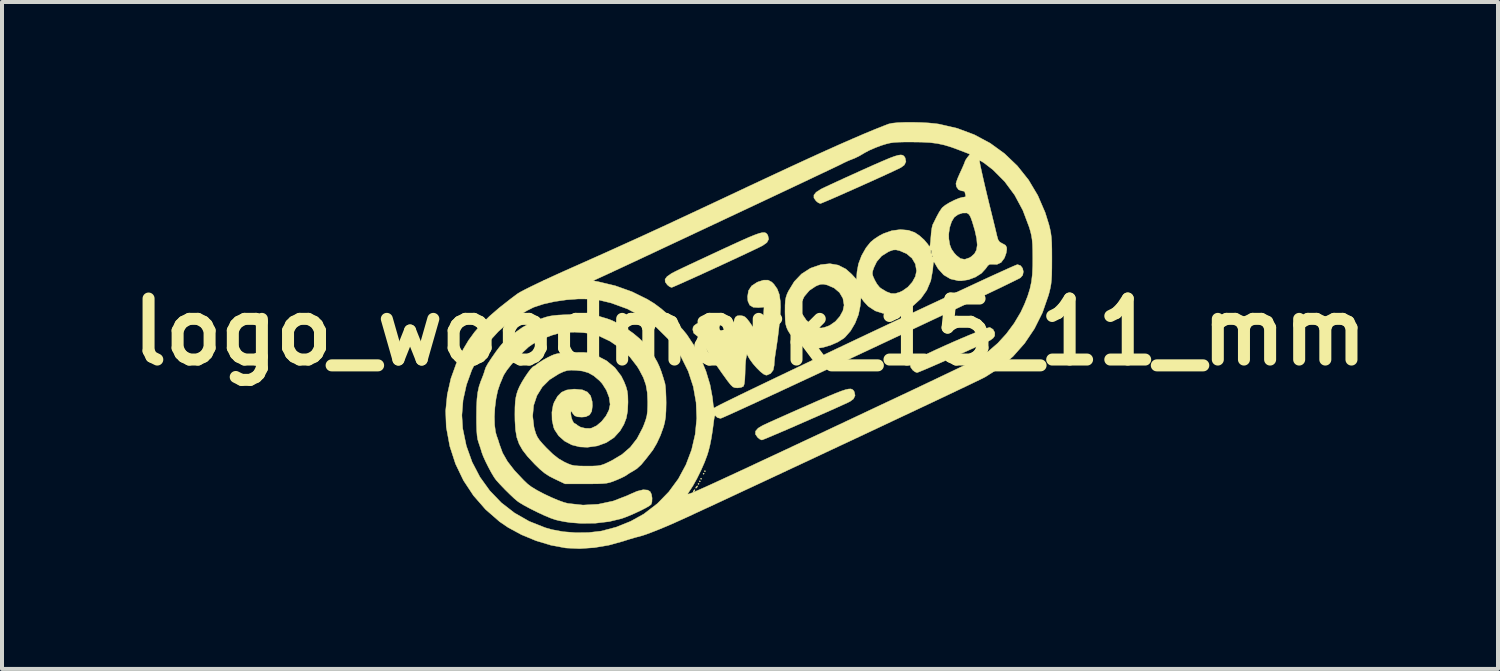
<source format=kicad_pcb>
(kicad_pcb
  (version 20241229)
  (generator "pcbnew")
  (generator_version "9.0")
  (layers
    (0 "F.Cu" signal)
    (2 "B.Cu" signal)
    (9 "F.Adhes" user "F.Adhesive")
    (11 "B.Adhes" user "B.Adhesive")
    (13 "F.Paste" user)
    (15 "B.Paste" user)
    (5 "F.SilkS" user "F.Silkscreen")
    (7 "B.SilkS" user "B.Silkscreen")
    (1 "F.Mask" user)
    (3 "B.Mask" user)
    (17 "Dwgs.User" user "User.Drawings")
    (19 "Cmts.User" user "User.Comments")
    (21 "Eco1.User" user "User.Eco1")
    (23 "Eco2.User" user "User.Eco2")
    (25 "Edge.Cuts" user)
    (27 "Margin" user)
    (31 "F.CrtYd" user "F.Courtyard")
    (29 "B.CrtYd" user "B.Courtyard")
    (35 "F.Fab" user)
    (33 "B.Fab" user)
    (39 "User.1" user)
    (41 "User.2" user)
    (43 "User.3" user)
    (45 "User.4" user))
  (footprint "logo_woodmark_15_11_mm"
    (layer "F.Cu")
    (at 15.683 5.241)
    (property "Reference" "logo_woodmark_15_11_mm" (at 0 0 0) (layer "F.SilkS") (effects (font (size 1.524 1.524) (thickness 0.3))))
    (attr through_hole)
    (fp_poly (pts (xy -1.27 3.794) (xy -1.286 3.81) (xy -1.302 3.794) (xy -1.286 3.778) (xy -1.27 3.794)) (stroke (width 0.01) (type solid)) (fill yes) (layer "F.SilkS"))
    (fp_poly (pts (xy -1.238 3.731) (xy -1.254 3.747) (xy -1.27 3.731) (xy -1.254 3.715) (xy -1.238 3.731)) (stroke (width 0.01) (type solid)) (fill yes) (layer "F.SilkS"))
    (fp_poly (pts (xy -1.206 3.667) (xy -1.222 3.683) (xy -1.238 3.667) (xy -1.222 3.651) (xy -1.206 3.667)) (stroke (width 0.01) (type solid)) (fill yes) (layer "F.SilkS"))
    (fp_poly (pts (xy -1.143 3.54) (xy -1.159 3.556) (xy -1.175 3.54) (xy -1.159 3.524) (xy -1.143 3.54)) (stroke (width 0.01) (type solid)) (fill yes) (layer "F.SilkS"))
    (fp_poly (pts (xy -1.111 3.477) (xy -1.127 3.493) (xy -1.143 3.477) (xy -1.127 3.461) (xy -1.111 3.477)) (stroke (width 0.01) (type solid)) (fill yes) (layer "F.SilkS"))
    (fp_poly (pts (xy -1.375 3.958) (xy -1.381 3.969) (xy -1.411 3.999) (xy -1.417 4) (xy -1.419 3.98) (xy -1.413 3.969) (xy -1.383 3.938) (xy -1.377 3.937) (xy -1.375 3.958)) (stroke (width 0.01) (type solid)) (fill yes) (layer "F.SilkS"))
    (fp_poly (pts (xy -1.312 3.862) (xy -1.318 3.873) (xy -1.348 3.904) (xy -1.353 3.905) (xy -1.355 3.885) (xy -1.349 3.873) (xy -1.319 3.843) (xy -1.314 3.842) (xy -1.312 3.862)) (stroke (width 0.01) (type solid)) (fill yes) (layer "F.SilkS"))
    (fp_poly (pts (xy 6.07 -0.064) (xy 6.113 0.017) (xy 6.111 0.097) (xy 6.071 0.154) (xy 5.999 0.207) (xy 5.991 0.211) (xy 5.913 0.25) (xy 5.793 0.306) (xy 5.639 0.376) (xy 5.461 0.457) (xy 5.267 0.544) (xy 5.065 0.633) (xy 4.864 0.722) (xy 4.674 0.805) (xy 4.501 0.88) (xy 4.357 0.942) (xy 4.248 0.987) (xy 4.183 1.012) (xy 4.17 1.016) (xy 4.118 0.995) (xy 4.064 0.953) (xy 4.009 0.875) (xy 4.012 0.8) (xy 4.04 0.752) (xy 4.082 0.722) (xy 4.173 0.671) (xy 4.305 0.605) (xy 4.469 0.526) (xy 4.657 0.438) (xy 4.86 0.346) (xy 5.069 0.253) (xy 5.276 0.163) (xy 5.473 0.08) (xy 5.65 0.007) (xy 5.799 -0.052) (xy 5.911 -0.093) (xy 5.979 -0.112) (xy 5.992 -0.112) (xy 6.07 -0.064)) (stroke (width 0.01) (type solid)) (fill yes) (layer "F.SilkS"))
    (fp_poly (pts (xy 2.556 1.436) (xy 2.584 1.461) (xy 2.605 1.496) (xy 2.624 1.588) (xy 2.583 1.673) (xy 2.498 1.736) (xy 2.429 1.77) (xy 2.315 1.822) (xy 2.163 1.891) (xy 1.982 1.972) (xy 1.78 2.061) (xy 1.564 2.156) (xy 1.343 2.253) (xy 1.124 2.349) (xy 0.915 2.44) (xy 0.723 2.522) (xy 0.558 2.592) (xy 0.426 2.648) (xy 0.336 2.684) (xy 0.296 2.699) (xy 0.295 2.699) (xy 0.244 2.678) (xy 0.191 2.635) (xy 0.135 2.554) (xy 0.138 2.477) (xy 0.203 2.403) (xy 0.314 2.337) (xy 0.378 2.307) (xy 0.492 2.254) (xy 0.648 2.184) (xy 0.838 2.099) (xy 1.054 2.003) (xy 1.288 1.899) (xy 1.451 1.828) (xy 1.73 1.705) (xy 1.957 1.607) (xy 2.138 1.532) (xy 2.279 1.477) (xy 2.385 1.442) (xy 2.463 1.425) (xy 2.518 1.423) (xy 2.556 1.436)) (stroke (width 0.01) (type solid)) (fill yes) (layer "F.SilkS"))
    (fp_poly (pts (xy 3.811 -4.415) (xy 3.844 -4.393) (xy 3.869 -4.358) (xy 3.875 -4.346) (xy 3.894 -4.254) (xy 3.853 -4.169) (xy 3.768 -4.106) (xy 3.692 -4.069) (xy 3.574 -4.013) (xy 3.42 -3.942) (xy 3.239 -3.859) (xy 3.04 -3.769) (xy 2.831 -3.675) (xy 2.619 -3.58) (xy 2.413 -3.489) (xy 2.222 -3.404) (xy 2.053 -3.33) (xy 1.914 -3.271) (xy 1.814 -3.229) (xy 1.761 -3.208) (xy 1.755 -3.207) (xy 1.704 -3.228) (xy 1.651 -3.27) (xy 1.596 -3.348) (xy 1.596 -3.42) (xy 1.653 -3.491) (xy 1.771 -3.566) (xy 1.806 -3.584) (xy 1.881 -3.62) (xy 2.005 -3.678) (xy 2.168 -3.753) (xy 2.361 -3.842) (xy 2.576 -3.939) (xy 2.803 -4.042) (xy 2.847 -4.062) (xy 3.108 -4.179) (xy 3.317 -4.27) (xy 3.481 -4.339) (xy 3.606 -4.386) (xy 3.699 -4.413) (xy 3.765 -4.422) (xy 3.811 -4.415)) (stroke (width 0.01) (type solid)) (fill yes) (layer "F.SilkS"))
    (fp_poly (pts (xy 0.398 -2.47) (xy 0.425 -2.444) (xy 0.446 -2.41) (xy 0.466 -2.318) (xy 0.423 -2.235) (xy 0.316 -2.158) (xy 0.307 -2.154) (xy 0.216 -2.108) (xy 0.083 -2.044) (xy -0.084 -1.965) (xy -0.276 -1.875) (xy -0.487 -1.777) (xy -0.709 -1.674) (xy -0.934 -1.57) (xy -1.154 -1.469) (xy -1.363 -1.374) (xy -1.552 -1.289) (xy -1.714 -1.216) (xy -1.841 -1.16) (xy -1.925 -1.124) (xy -1.96 -1.111) (xy -2.01 -1.132) (xy -2.064 -1.175) (xy -2.118 -1.249) (xy -2.122 -1.317) (xy -2.071 -1.385) (xy -1.964 -1.459) (xy -1.877 -1.505) (xy -1.797 -1.544) (xy -1.668 -1.606) (xy -1.499 -1.686) (xy -1.298 -1.78) (xy -1.074 -1.884) (xy -0.836 -1.995) (xy -0.693 -2.062) (xy -0.417 -2.189) (xy -0.193 -2.291) (xy -0.014 -2.37) (xy 0.124 -2.426) (xy 0.229 -2.463) (xy 0.305 -2.481) (xy 0.36 -2.483) (xy 0.398 -2.47)) (stroke (width 0.01) (type solid)) (fill yes) (layer "F.SilkS"))
    (fp_poly (pts (xy 0.451 -1.294) (xy 0.543 -1.246) (xy 0.598 -1.191) (xy 0.68 -1.074) (xy 0.732 -0.935) (xy 0.757 -0.761) (xy 0.762 -0.619) (xy 0.756 -0.474) (xy 0.741 -0.284) (xy 0.718 -0.063) (xy 0.689 0.172) (xy 0.655 0.405) (xy 0.636 0.524) (xy 0.618 0.651) (xy 0.606 0.772) (xy 0.603 0.833) (xy 0.58 0.951) (xy 0.516 1.037) (xy 0.424 1.078) (xy 0.4 1.079) (xy 0.342 1.055) (xy 0.261 0.992) (xy 0.169 0.901) (xy 0.077 0.796) (xy -0.001 0.689) (xy -0.034 0.635) (xy -0.077 0.556) (xy -0.098 0.651) (xy -0.108 0.726) (xy -0.117 0.843) (xy -0.122 0.982) (xy -0.123 1.033) (xy -0.13 1.186) (xy -0.143 1.297) (xy -0.163 1.356) (xy -0.165 1.359) (xy -0.221 1.385) (xy -0.306 1.397) (xy -0.318 1.397) (xy -0.378 1.392) (xy -0.428 1.372) (xy -0.479 1.324) (xy -0.547 1.24) (xy -0.587 1.186) (xy -0.71 1.015) (xy -0.829 0.844) (xy -0.936 0.684) (xy -1.022 0.549) (xy -1.075 0.459) (xy -1.127 0.36) (xy -1.183 0.255) (xy -1.185 0.25) (xy -1.249 0.162) (xy -1.328 0.093) (xy -1.336 0.088) (xy -1.406 0.03) (xy -1.428 -0.048) (xy -1.429 -0.062) (xy -1.423 -0.113) (xy -1.4 -0.154) (xy -1.346 -0.195) (xy -1.25 -0.248) (xy -1.207 -0.269) (xy -1.029 -0.347) (xy -0.892 -0.378) (xy -0.797 -0.364) (xy -0.768 -0.343) (xy -0.735 -0.272) (xy -0.738 -0.188) (xy -0.765 -0.137) (xy -0.772 -0.101) (xy -0.747 -0.034) (xy -0.686 0.072) (xy -0.649 0.13) (xy -0.577 0.236) (xy -0.527 0.298) (xy -0.492 0.311) (xy -0.468 0.273) (xy -0.451 0.179) (xy -0.435 0.027) (xy -0.43 -0.031) (xy -0.414 -0.195) (xy -0.393 -0.304) (xy -0.364 -0.37) (xy -0.321 -0.401) (xy -0.258 -0.408) (xy -0.229 -0.407) (xy -0.174 -0.398) (xy -0.128 -0.377) (xy -0.081 -0.333) (xy -0.021 -0.257) (xy 0.061 -0.139) (xy 0.077 -0.116) (xy 0.16 0.006) (xy 0.22 0.083) (xy 0.261 0.112) (xy 0.288 0.089) (xy 0.306 0.012) (xy 0.318 -0.122) (xy 0.329 -0.286) (xy 0.35 -0.62) (xy 0.21 -0.608) (xy 0.079 -0.617) (xy -0.007 -0.669) (xy -0.053 -0.769) (xy -0.062 -0.881) (xy -0.037 -1.033) (xy 0.04 -1.15) (xy 0.171 -1.237) (xy 0.202 -1.251) (xy 0.342 -1.295) (xy 0.451 -1.294)) (stroke (width 0.01) (type solid)) (fill yes) (layer "F.SilkS"))
    (fp_poly (pts (xy -4.029 -0.438) (xy -3.902 -0.428) (xy -3.834 -0.413) (xy -3.737 -0.381) (xy -3.62 -0.346) (xy -3.585 -0.337) (xy -3.44 -0.283) (xy -3.267 -0.195) (xy -3.086 -0.085) (xy -2.914 0.037) (xy -2.769 0.158) (xy -2.731 0.194) (xy -2.632 0.296) (xy -2.564 0.37) (xy -2.511 0.435) (xy -2.462 0.509) (xy -2.4 0.609) (xy -2.374 0.651) (xy -2.316 0.753) (xy -2.267 0.858) (xy -2.22 0.98) (xy -2.169 1.136) (xy -2.124 1.288) (xy -2.113 1.358) (xy -2.104 1.475) (xy -2.098 1.622) (xy -2.095 1.772) (xy -2.099 1.97) (xy -2.109 2.124) (xy -2.13 2.254) (xy -2.161 2.373) (xy -2.237 2.584) (xy -2.329 2.782) (xy -2.426 2.947) (xy -2.458 2.989) (xy -2.526 3.077) (xy -2.595 3.166) (xy -2.717 3.314) (xy -2.828 3.416) (xy -2.925 3.477) (xy -3.009 3.525) (xy -3.074 3.568) (xy -3.08 3.573) (xy -3.132 3.605) (xy -3.224 3.65) (xy -3.337 3.699) (xy -3.35 3.704) (xy -3.435 3.738) (xy -3.51 3.762) (xy -3.586 3.778) (xy -3.677 3.787) (xy -3.797 3.792) (xy -3.958 3.794) (xy -4.096 3.794) (xy -4.62 3.794) (xy -4.877 3.672) (xy -5.016 3.601) (xy -5.133 3.524) (xy -5.25 3.426) (xy -5.386 3.294) (xy -5.388 3.291) (xy -5.555 3.112) (xy -5.679 2.952) (xy -5.767 2.798) (xy -5.825 2.633) (xy -5.857 2.444) (xy -5.871 2.216) (xy -5.873 2.064) (xy -5.871 1.881) (xy -5.863 1.743) (xy -5.848 1.634) (xy -5.824 1.535) (xy -5.799 1.46) (xy -5.758 1.364) (xy -5.696 1.25) (xy -5.623 1.131) (xy -5.547 1.019) (xy -5.478 0.928) (xy -5.423 0.87) (xy -5.398 0.857) (xy -5.362 0.838) (xy -5.316 0.8) (xy -5.257 0.757) (xy -5.162 0.698) (xy -5.051 0.637) (xy -5.048 0.636) (xy -4.958 0.591) (xy -4.881 0.56) (xy -4.802 0.54) (xy -4.704 0.528) (xy -4.571 0.52) (xy -4.444 0.515) (xy -4.274 0.511) (xy -4.15 0.511) (xy -4.058 0.519) (xy -3.98 0.535) (xy -3.9 0.562) (xy -3.847 0.583) (xy -3.586 0.718) (xy -3.376 0.891) (xy -3.216 1.102) (xy -3.145 1.245) (xy -3.095 1.372) (xy -3.066 1.479) (xy -3.052 1.592) (xy -3.048 1.74) (xy -3.048 1.762) (xy -3.058 1.977) (xy -3.09 2.152) (xy -3.15 2.308) (xy -3.244 2.468) (xy -3.246 2.471) (xy -3.397 2.638) (xy -3.589 2.764) (xy -3.814 2.846) (xy -4.061 2.88) (xy -4.252 2.871) (xy -4.451 2.821) (xy -4.631 2.726) (xy -4.779 2.595) (xy -4.883 2.438) (xy -4.904 2.385) (xy -4.944 2.201) (xy -4.948 2.006) (xy -4.917 1.826) (xy -4.891 1.755) (xy -4.806 1.605) (xy -4.707 1.506) (xy -4.58 1.45) (xy -4.41 1.429) (xy -4.362 1.429) (xy -4.187 1.446) (xy -4.062 1.5) (xy -3.982 1.595) (xy -3.943 1.736) (xy -3.937 1.843) (xy -3.954 1.982) (xy -4.008 2.072) (xy -4.103 2.118) (xy -4.199 2.127) (xy -4.308 2.12) (xy -4.377 2.094) (xy -4.426 2.038) (xy -4.439 2.016) (xy -4.465 1.976) (xy -4.474 1.991) (xy -4.476 2.038) (xy -4.466 2.121) (xy -4.439 2.205) (xy -4.405 2.267) (xy -4.379 2.286) (xy -4.339 2.306) (xy -4.305 2.336) (xy -4.227 2.38) (xy -4.116 2.406) (xy -4.001 2.409) (xy -3.96 2.402) (xy -3.83 2.341) (xy -3.706 2.235) (xy -3.599 2.1) (xy -3.524 1.953) (xy -3.494 1.812) (xy -3.494 1.809) (xy -3.518 1.636) (xy -3.587 1.456) (xy -3.691 1.292) (xy -3.76 1.216) (xy -3.903 1.095) (xy -4.038 1.019) (xy -4.188 0.976) (xy -4.339 0.959) (xy -4.468 0.954) (xy -4.564 0.963) (xy -4.656 0.991) (xy -4.771 1.044) (xy -5.004 1.19) (xy -5.189 1.374) (xy -5.323 1.591) (xy -5.404 1.834) (xy -5.429 2.098) (xy -5.396 2.375) (xy -5.381 2.436) (xy -5.35 2.538) (xy -5.313 2.621) (xy -5.26 2.701) (xy -5.179 2.796) (xy -5.086 2.895) (xy -4.926 3.051) (xy -4.781 3.165) (xy -4.64 3.247) (xy -4.543 3.292) (xy -4.463 3.322) (xy -4.381 3.339) (xy -4.278 3.347) (xy -4.137 3.35) (xy -4.081 3.35) (xy -3.926 3.349) (xy -3.816 3.344) (xy -3.729 3.33) (xy -3.646 3.303) (xy -3.547 3.258) (xy -3.452 3.211) (xy -3.198 3.06) (xy -2.991 2.881) (xy -2.822 2.664) (xy -2.682 2.398) (xy -2.645 2.308) (xy -2.603 2.192) (xy -2.576 2.09) (xy -2.562 1.981) (xy -2.557 1.843) (xy -2.556 1.746) (xy -2.566 1.518) (xy -2.6 1.323) (xy -2.664 1.14) (xy -2.766 0.946) (xy -2.817 0.862) (xy -3 0.625) (xy -3.232 0.411) (xy -3.498 0.23) (xy -3.786 0.093) (xy -3.826 0.078) (xy -3.975 0.041) (xy -4.165 0.017) (xy -4.372 0.005) (xy -4.575 0.009) (xy -4.75 0.028) (xy -4.773 0.033) (xy -4.93 0.076) (xy -5.106 0.142) (xy -5.279 0.221) (xy -5.43 0.304) (xy -5.532 0.375) (xy -5.683 0.515) (xy -5.83 0.666) (xy -5.963 0.815) (xy -6.072 0.953) (xy -6.146 1.068) (xy -6.167 1.111) (xy -6.201 1.196) (xy -6.243 1.294) (xy -6.246 1.302) (xy -6.302 1.468) (xy -6.344 1.67) (xy -6.372 1.891) (xy -6.384 2.114) (xy -6.379 2.322) (xy -6.356 2.498) (xy -6.331 2.588) (xy -6.293 2.694) (xy -6.262 2.794) (xy -6.257 2.81) (xy -6.181 3.019) (xy -6.058 3.234) (xy -5.883 3.46) (xy -5.655 3.702) (xy -5.553 3.799) (xy -5.458 3.871) (xy -5.319 3.955) (xy -5.152 4.043) (xy -4.973 4.128) (xy -4.799 4.202) (xy -4.644 4.258) (xy -4.548 4.283) (xy -4.171 4.324) (xy -3.791 4.303) (xy -3.417 4.223) (xy -3.057 4.084) (xy -3.015 4.063) (xy -2.822 3.979) (xy -2.669 3.941) (xy -2.555 3.95) (xy -2.495 3.987) (xy -2.462 4.053) (xy -2.446 4.149) (xy -2.45 4.246) (xy -2.469 4.306) (xy -2.513 4.342) (xy -2.602 4.394) (xy -2.723 4.456) (xy -2.862 4.521) (xy -3.005 4.584) (xy -3.139 4.637) (xy -3.214 4.663) (xy -3.517 4.736) (xy -3.857 4.776) (xy -4.213 4.781) (xy -4.477 4.762) (xy -4.622 4.741) (xy -4.775 4.711) (xy -4.86 4.69) (xy -4.977 4.65) (xy -5.131 4.586) (xy -5.303 4.506) (xy -5.478 4.419) (xy -5.637 4.334) (xy -5.762 4.259) (xy -5.808 4.227) (xy -5.891 4.157) (xy -6.001 4.053) (xy -6.126 3.93) (xy -6.25 3.8) (xy -6.342 3.698) (xy -6.394 3.625) (xy -6.462 3.511) (xy -6.535 3.375) (xy -6.605 3.235) (xy -6.663 3.107) (xy -6.699 3.011) (xy -6.702 3) (xy -6.729 2.91) (xy -6.766 2.8) (xy -6.779 2.762) (xy -6.802 2.685) (xy -6.817 2.587) (xy -6.827 2.455) (xy -6.832 2.28) (xy -6.833 2.127) (xy -6.83 1.875) (xy -6.82 1.673) (xy -6.8 1.507) (xy -6.769 1.364) (xy -6.724 1.231) (xy -6.701 1.175) (xy -6.661 1.072) (xy -6.63 0.98) (xy -6.623 0.953) (xy -6.599 0.885) (xy -6.546 0.789) (xy -6.46 0.658) (xy -6.339 0.484) (xy -6.333 0.476) (xy -6.26 0.379) (xy -6.2 0.306) (xy -6.132 0.24) (xy -6.038 0.158) (xy -6.012 0.135) (xy -5.833 -0.009) (xy -5.676 -0.119) (xy -5.518 -0.207) (xy -5.338 -0.285) (xy -5.203 -0.336) (xy -5.105 -0.369) (xy -5.014 -0.393) (xy -4.914 -0.409) (xy -4.792 -0.421) (xy -4.634 -0.429) (xy -4.453 -0.436) (xy -4.211 -0.44) (xy -4.029 -0.438)) (stroke (width 0.01) (type solid)) (fill yes) (layer "F.SilkS"))
    (fp_poly (pts (xy 4.268 -5.231) (xy 4.466 -5.22) (xy 4.644 -5.202) (xy 4.717 -5.192) (xy 5.173 -5.087) (xy 5.601 -4.927) (xy 5.997 -4.715) (xy 6.356 -4.455) (xy 6.677 -4.148) (xy 6.956 -3.798) (xy 7.188 -3.409) (xy 7.372 -2.982) (xy 7.466 -2.681) (xy 7.493 -2.57) (xy 7.513 -2.467) (xy 7.527 -2.36) (xy 7.535 -2.233) (xy 7.539 -2.074) (xy 7.54 -1.869) (xy 7.54 -1.81) (xy 7.539 -1.595) (xy 7.536 -1.431) (xy 7.529 -1.302) (xy 7.518 -1.195) (xy 7.5 -1.096) (xy 7.475 -0.991) (xy 7.454 -0.915) (xy 7.304 -0.482) (xy 7.103 -0.08) (xy 6.857 0.286) (xy 6.568 0.612) (xy 6.24 0.892) (xy 5.878 1.122) (xy 5.82 1.152) (xy 5.739 1.192) (xy 5.604 1.257) (xy 5.421 1.345) (xy 5.194 1.453) (xy 4.927 1.58) (xy 4.625 1.723) (xy 4.292 1.88) (xy 3.933 2.049) (xy 3.552 2.228) (xy 3.154 2.416) (xy 2.743 2.609) (xy 2.323 2.806) (xy 1.9 3.004) (xy 1.477 3.203) (xy 1.059 3.398) (xy 0.651 3.589) (xy 0.256 3.774) (xy -0.12 3.949) (xy -0.473 4.114) (xy -0.799 4.266) (xy -1.093 4.402) (xy -1.35 4.521) (xy -1.567 4.622) (xy -1.739 4.7) (xy -1.861 4.755) (xy -1.882 4.765) (xy -2.083 4.852) (xy -2.278 4.933) (xy -2.456 5.003) (xy -2.603 5.058) (xy -2.708 5.092) (xy -2.724 5.096) (xy -2.868 5.134) (xy -3.034 5.183) (xy -3.171 5.227) (xy -3.524 5.325) (xy -3.892 5.387) (xy -4.255 5.412) (xy -4.592 5.396) (xy -4.604 5.395) (xy -4.971 5.327) (xy -5.346 5.214) (xy -5.708 5.064) (xy -6.041 4.884) (xy -6.255 4.738) (xy -6.605 4.433) (xy -6.907 4.087) (xy -7.158 3.707) (xy -7.356 3.294) (xy -7.499 2.853) (xy -7.585 2.387) (xy -7.588 2.357) (xy -7.598 2.081) (xy -7.197 2.081) (xy -7.176 2.411) (xy -7.086 2.844) (xy -6.941 3.25) (xy -6.745 3.625) (xy -6.501 3.964) (xy -6.213 4.264) (xy -5.883 4.52) (xy -5.516 4.73) (xy -5.115 4.889) (xy -4.952 4.936) (xy -4.667 4.989) (xy -4.351 5.014) (xy -4.031 5.01) (xy -3.735 4.976) (xy -3.71 4.972) (xy -3.34 4.874) (xy -2.98 4.729) (xy -2.651 4.546) (xy -2.645 4.541) (xy -2.314 4.287) (xy -2.029 3.994) (xy -1.79 3.669) (xy -1.6 3.316) (xy -1.459 2.943) (xy -1.369 2.555) (xy -1.331 2.159) (xy -1.347 1.761) (xy -1.417 1.367) (xy -1.543 0.982) (xy -1.726 0.613) (xy -1.78 0.527) (xy -2.039 0.181) (xy -2.341 -0.119) (xy -2.682 -0.372) (xy -3.06 -0.575) (xy -3.469 -0.724) (xy -3.769 -0.796) (xy -4.008 -0.823) (xy -4.286 -0.825) (xy -4.582 -0.803) (xy -4.879 -0.76) (xy -5.156 -0.698) (xy -5.394 -0.62) (xy -5.413 -0.612) (xy -5.57 -0.533) (xy -5.754 -0.421) (xy -5.946 -0.289) (xy -6.131 -0.147) (xy -6.284 -0.014) (xy -6.546 0.273) (xy -6.769 0.597) (xy -6.949 0.95) (xy -7.083 1.322) (xy -7.167 1.702) (xy -7.197 2.081) (xy -7.598 2.081) (xy -7.602 1.97) (xy -7.562 1.567) (xy -7.471 1.163) (xy -7.331 0.774) (xy -7.287 0.676) (xy -7.163 0.432) (xy -7.031 0.211) (xy -6.882 0.006) (xy -6.71 -0.192) (xy -6.508 -0.391) (xy -6.269 -0.598) (xy -5.984 -0.822) (xy -5.805 -0.956) (xy -5.74 -0.995) (xy -5.625 -1.056) (xy -5.467 -1.135) (xy -5.274 -1.228) (xy -5.166 -1.279) (xy -3.921 -1.279) (xy -3.794 -1.256) (xy -3.364 -1.153) (xy -2.949 -1.005) (xy -2.567 -0.817) (xy -2.391 -0.709) (xy -2.222 -0.583) (xy -2.035 -0.421) (xy -1.848 -0.241) (xy -1.679 -0.057) (xy -1.58 0.064) (xy -1.398 0.338) (xy -1.236 0.65) (xy -1.1 0.982) (xy -0.999 1.317) (xy -0.939 1.635) (xy -0.931 1.706) (xy -0.919 1.824) (xy -0.905 1.887) (xy -0.889 1.901) (xy -0.876 1.889) (xy -0.843 1.869) (xy -0.756 1.823) (xy -0.62 1.755) (xy -0.438 1.666) (xy -0.216 1.557) (xy 0.043 1.432) (xy 0.335 1.292) (xy 0.656 1.138) (xy 1.001 0.973) (xy 1.366 0.799) (xy 1.747 0.618) (xy 2.14 0.431) (xy 2.541 0.241) (xy 2.946 0.049) (xy 3.35 -0.141) (xy 3.75 -0.33) (xy 4.141 -0.514) (xy 4.519 -0.691) (xy 4.881 -0.86) (xy 5.221 -1.019) (xy 5.535 -1.165) (xy 5.82 -1.298) (xy 6.072 -1.414) (xy 6.286 -1.511) (xy 6.458 -1.589) (xy 6.584 -1.645) (xy 6.66 -1.676) (xy 6.681 -1.683) (xy 6.758 -1.656) (xy 6.808 -1.59) (xy 6.827 -1.505) (xy 6.811 -1.419) (xy 6.755 -1.354) (xy 6.755 -1.354) (xy 6.703 -1.326) (xy 6.6 -1.275) (xy 6.449 -1.201) (xy 6.254 -1.106) (xy 6.019 -0.994) (xy 5.749 -0.865) (xy 5.448 -0.722) (xy 5.12 -0.566) (xy 4.769 -0.4) (xy 4.398 -0.226) (xy 4.014 -0.045) (xy 3.619 0.141) (xy 3.217 0.33) (xy 2.814 0.519) (xy 2.413 0.707) (xy 2.017 0.892) (xy 1.632 1.072) (xy 1.262 1.244) (xy 0.91 1.408) (xy 0.581 1.561) (xy 0.28 1.7) (xy 0.009 1.825) (xy -0.227 1.933) (xy -0.422 2.022) (xy -0.575 2.091) (xy -0.679 2.137) (xy -0.732 2.158) (xy -0.737 2.159) (xy -0.813 2.14) (xy -0.853 2.105) (xy -0.872 2.085) (xy -0.888 2.114) (xy -0.902 2.199) (xy -0.903 2.208) (xy -0.936 2.46) (xy -0.968 2.662) (xy -1.001 2.828) (xy -1.037 2.972) (xy -1.067 3.07) (xy -1.136 3.255) (xy -1.226 3.46) (xy -1.326 3.663) (xy -1.425 3.84) (xy -1.473 3.915) (xy -1.522 3.989) (xy -1.552 4.038) (xy -1.556 4.047) (xy -1.55 4.051) (xy -1.532 4.048) (xy -1.497 4.037) (xy -1.444 4.016) (xy -1.369 3.985) (xy -1.27 3.942) (xy -1.144 3.886) (xy -0.987 3.815) (xy -0.798 3.728) (xy -0.573 3.624) (xy -0.309 3.502) (xy -0.004 3.36) (xy 0.346 3.196) (xy 0.743 3.011) (xy 1.19 2.801) (xy 1.69 2.567) (xy 2.016 2.414) (xy 2.454 2.208) (xy 2.876 2.009) (xy 3.279 1.819) (xy 3.66 1.64) (xy 4.014 1.473) (xy 4.337 1.32) (xy 4.627 1.182) (xy 4.88 1.061) (xy 5.092 0.96) (xy 5.26 0.879) (xy 5.379 0.821) (xy 5.447 0.787) (xy 5.461 0.779) (xy 5.511 0.746) (xy 5.6 0.694) (xy 5.712 0.634) (xy 5.74 0.619) (xy 5.964 0.475) (xy 6.188 0.281) (xy 6.402 0.047) (xy 6.596 -0.214) (xy 6.761 -0.491) (xy 6.855 -0.692) (xy 6.935 -0.896) (xy 6.991 -1.076) (xy 7.029 -1.25) (xy 7.051 -1.437) (xy 7.061 -1.655) (xy 7.062 -1.841) (xy 7.06 -2.039) (xy 7.055 -2.189) (xy 7.045 -2.307) (xy 7.029 -2.41) (xy 7.004 -2.514) (xy 6.974 -2.615) (xy 6.815 -3.037) (xy 6.61 -3.419) (xy 6.36 -3.757) (xy 6.067 -4.051) (xy 5.848 -4.22) (xy 5.78 -4.263) (xy 5.737 -4.282) (xy 5.732 -4.282) (xy 5.735 -4.248) (xy 5.751 -4.16) (xy 5.78 -4.027) (xy 5.818 -3.856) (xy 5.864 -3.655) (xy 5.917 -3.432) (xy 5.974 -3.196) (xy 6.034 -2.953) (xy 6.034 -2.953) (xy 6.075 -2.786) (xy 6.114 -2.627) (xy 6.146 -2.493) (xy 6.167 -2.404) (xy 6.195 -2.305) (xy 6.234 -2.248) (xy 6.301 -2.209) (xy 6.307 -2.207) (xy 6.381 -2.166) (xy 6.41 -2.112) (xy 6.413 -2.064) (xy 6.399 -1.973) (xy 6.362 -1.867) (xy 6.35 -1.841) (xy 6.271 -1.735) (xy 6.168 -1.687) (xy 6.046 -1.691) (xy 5.988 -1.691) (xy 5.941 -1.658) (xy 5.886 -1.581) (xy 5.78 -1.465) (xy 5.63 -1.37) (xy 5.456 -1.305) (xy 5.276 -1.278) (xy 5.202 -1.28) (xy 5.005 -1.325) (xy 4.837 -1.425) (xy 4.697 -1.58) (xy 4.629 -1.695) (xy 4.605 -1.738) (xy 4.59 -1.749) (xy 4.579 -1.718) (xy 4.571 -1.638) (xy 4.563 -1.544) (xy 4.515 -1.28) (xy 4.414 -1.04) (xy 4.267 -0.832) (xy 4.082 -0.662) (xy 3.863 -0.537) (xy 3.619 -0.464) (xy 3.543 -0.454) (xy 3.33 -0.462) (xy 3.129 -0.526) (xy 2.953 -0.641) (xy 2.844 -0.758) (xy 2.771 -0.857) (xy 2.752 -0.647) (xy 2.709 -0.434) (xy 2.625 -0.22) (xy 2.511 -0.026) (xy 2.375 0.129) (xy 2.338 0.161) (xy 2.195 0.251) (xy 2.017 0.329) (xy 1.834 0.384) (xy 1.716 0.404) (xy 1.505 0.393) (xy 1.307 0.323) (xy 1.132 0.2) (xy 0.987 0.029) (xy 0.942 -0.048) (xy 0.911 -0.119) (xy 0.89 -0.199) (xy 0.879 -0.303) (xy 0.875 -0.448) (xy 0.874 -0.508) (xy 0.875 -0.612) (xy 1.248 -0.612) (xy 1.26 -0.537) (xy 1.295 -0.458) (xy 1.404 -0.296) (xy 1.538 -0.178) (xy 1.686 -0.111) (xy 1.778 -0.098) (xy 1.853 -0.112) (xy 1.953 -0.147) (xy 2 -0.169) (xy 2.133 -0.262) (xy 2.243 -0.388) (xy 2.32 -0.529) (xy 2.349 -0.667) (xy 2.349 -0.672) (xy 2.32 -0.84) (xy 2.235 -0.984) (xy 2.101 -1.098) (xy 1.93 -1.172) (xy 1.839 -1.193) (xy 1.767 -1.191) (xy 1.685 -1.163) (xy 1.637 -1.14) (xy 1.482 -1.036) (xy 1.355 -0.886) (xy 1.27 -0.711) (xy 1.266 -0.699) (xy 1.248 -0.612) (xy 0.875 -0.612) (xy 0.875 -0.666) (xy 0.882 -0.779) (xy 0.898 -0.866) (xy 0.925 -0.946) (xy 0.958 -1.017) (xy 1.104 -1.257) (xy 1.286 -1.448) (xy 1.5 -1.586) (xy 1.523 -1.597) (xy 1.768 -1.681) (xy 1.995 -1.705) (xy 2.203 -1.669) (xy 2.393 -1.572) (xy 2.536 -1.445) (xy 2.66 -1.311) (xy 2.669 -1.457) (xy 3.055 -1.457) (xy 3.071 -1.393) (xy 3.112 -1.301) (xy 3.169 -1.2) (xy 3.234 -1.118) (xy 3.268 -1.09) (xy 3.409 -1.005) (xy 3.523 -0.962) (xy 3.627 -0.959) (xy 3.74 -0.994) (xy 3.81 -1.027) (xy 3.942 -1.12) (xy 4.053 -1.245) (xy 4.13 -1.386) (xy 4.159 -1.524) (xy 4.159 -1.529) (xy 4.13 -1.697) (xy 4.045 -1.842) (xy 3.989 -1.889) (xy 4.54 -1.889) (xy 4.556 -1.873) (xy 4.572 -1.889) (xy 4.556 -1.905) (xy 4.54 -1.889) (xy 3.989 -1.889) (xy 3.911 -1.955) (xy 3.807 -2) (xy 4.514 -2) (xy 4.519 -1.955) (xy 4.53 -1.961) (xy 4.534 -2.026) (xy 4.53 -2.04) (xy 4.518 -2.044) (xy 4.514 -2) (xy 3.807 -2) (xy 3.74 -2.029) (xy 3.646 -2.051) (xy 3.573 -2.047) (xy 3.488 -2.017) (xy 3.455 -2.002) (xy 3.287 -1.897) (xy 3.166 -1.757) (xy 3.095 -1.61) (xy 3.064 -1.52) (xy 3.055 -1.457) (xy 2.669 -1.457) (xy 2.673 -1.506) (xy 2.709 -1.701) (xy 2.787 -1.907) (xy 2.897 -2.101) (xy 3.009 -2.241) (xy 3.1 -2.317) (xy 3.221 -2.397) (xy 3.332 -2.456) (xy 3.541 -2.529) (xy 3.754 -2.557) (xy 3.954 -2.54) (xy 4.112 -2.485) (xy 4.231 -2.406) (xy 4.348 -2.301) (xy 4.441 -2.191) (xy 4.468 -2.148) (xy 4.484 -2.133) (xy 4.497 -2.166) (xy 4.508 -2.252) (xy 4.516 -2.356) (xy 4.524 -2.45) (xy 4.963 -2.45) (xy 4.966 -2.323) (xy 4.99 -2.179) (xy 5.031 -2.071) (xy 5.101 -1.971) (xy 5.154 -1.913) (xy 5.257 -1.833) (xy 5.363 -1.813) (xy 5.48 -1.853) (xy 5.527 -1.882) (xy 5.607 -1.955) (xy 5.657 -2.05) (xy 5.675 -2.172) (xy 5.661 -2.33) (xy 5.617 -2.531) (xy 5.551 -2.754) (xy 5.509 -2.869) (xy 5.471 -2.935) (xy 5.426 -2.967) (xy 5.41 -2.972) (xy 5.308 -2.971) (xy 5.196 -2.933) (xy 5.104 -2.867) (xy 5.1 -2.863) (xy 5.035 -2.755) (xy 4.987 -2.61) (xy 4.963 -2.45) (xy 4.524 -2.45) (xy 4.527 -2.487) (xy 4.543 -2.6) (xy 4.561 -2.674) (xy 4.566 -2.685) (xy 4.599 -2.75) (xy 4.645 -2.844) (xy 4.668 -2.889) (xy 4.724 -2.992) (xy 4.784 -3.082) (xy 4.805 -3.108) (xy 4.878 -3.167) (xy 4.986 -3.233) (xy 5.109 -3.294) (xy 5.226 -3.342) (xy 5.316 -3.365) (xy 5.329 -3.365) (xy 5.383 -3.377) (xy 5.385 -3.415) (xy 5.385 -3.416) (xy 5.368 -3.476) (xy 5.366 -3.495) (xy 5.339 -3.517) (xy 5.287 -3.524) (xy 5.209 -3.553) (xy 5.157 -3.626) (xy 5.143 -3.702) (xy 5.157 -3.755) (xy 5.191 -3.848) (xy 5.241 -3.962) (xy 5.255 -3.991) (xy 5.306 -4.103) (xy 5.345 -4.193) (xy 5.365 -4.245) (xy 5.366 -4.251) (xy 5.384 -4.292) (xy 5.427 -4.356) (xy 5.43 -4.359) (xy 5.494 -4.44) (xy 5.239 -4.538) (xy 5.031 -4.615) (xy 4.85 -4.67) (xy 4.679 -4.707) (xy 4.498 -4.73) (xy 4.29 -4.741) (xy 4.048 -4.744) (xy 3.852 -4.744) (xy 3.704 -4.74) (xy 3.591 -4.733) (xy 3.496 -4.719) (xy 3.405 -4.697) (xy 3.304 -4.666) (xy 3.27 -4.655) (xy 3.124 -4.6) (xy 2.978 -4.536) (xy 2.861 -4.474) (xy 2.842 -4.462) (xy 2.731 -4.397) (xy 2.619 -4.342) (xy 2.563 -4.32) (xy 2.457 -4.278) (xy 2.341 -4.224) (xy 2.309 -4.207) (xy 2.267 -4.186) (xy 2.172 -4.14) (xy 2.029 -4.072) (xy 1.843 -3.984) (xy 1.617 -3.877) (xy 1.358 -3.754) (xy 1.07 -3.618) (xy 0.756 -3.47) (xy 0.423 -3.313) (xy 0.074 -3.149) (xy -0.285 -2.98) (xy -0.651 -2.808) (xy -1.017 -2.636) (xy -1.381 -2.465) (xy -1.736 -2.298) (xy -2.078 -2.138) (xy -2.403 -1.985) (xy -2.706 -1.843) (xy -2.982 -1.714) (xy -3.227 -1.6) (xy -3.435 -1.503) (xy -3.603 -1.425) (xy -3.723 -1.37) (xy -3.921 -1.279) (xy -5.166 -1.279) (xy -5.054 -1.331) (xy -4.815 -1.441) (xy -4.595 -1.54) (xy -4.228 -1.703) (xy -3.895 -1.852) (xy -3.586 -1.99) (xy -3.297 -2.121) (xy -3.019 -2.247) (xy -2.745 -2.371) (xy -2.469 -2.498) (xy -2.182 -2.63) (xy -1.879 -2.771) (xy -1.551 -2.924) (xy -1.192 -3.092) (xy -0.795 -3.278) (xy -0.352 -3.486) (xy -0.032 -3.637) (xy 0.52 -3.895) (xy 1.02 -4.128) (xy 1.469 -4.335) (xy 1.873 -4.519) (xy 2.235 -4.681) (xy 2.559 -4.823) (xy 2.847 -4.947) (xy 3.105 -5.054) (xy 3.336 -5.146) (xy 3.461 -5.194) (xy 3.552 -5.214) (xy 3.692 -5.228) (xy 3.867 -5.235) (xy 4.064 -5.236) (xy 4.268 -5.231)) (stroke (width 0.01) (type solid)) (fill yes) (layer "F.SilkS")))
  (gr_rect
    (start -3 -3)
    (end 34.365 13.658)
    (stroke (width 0.1) (type default))
    (fill no)
    (layer "Edge.Cuts")))
</source>
